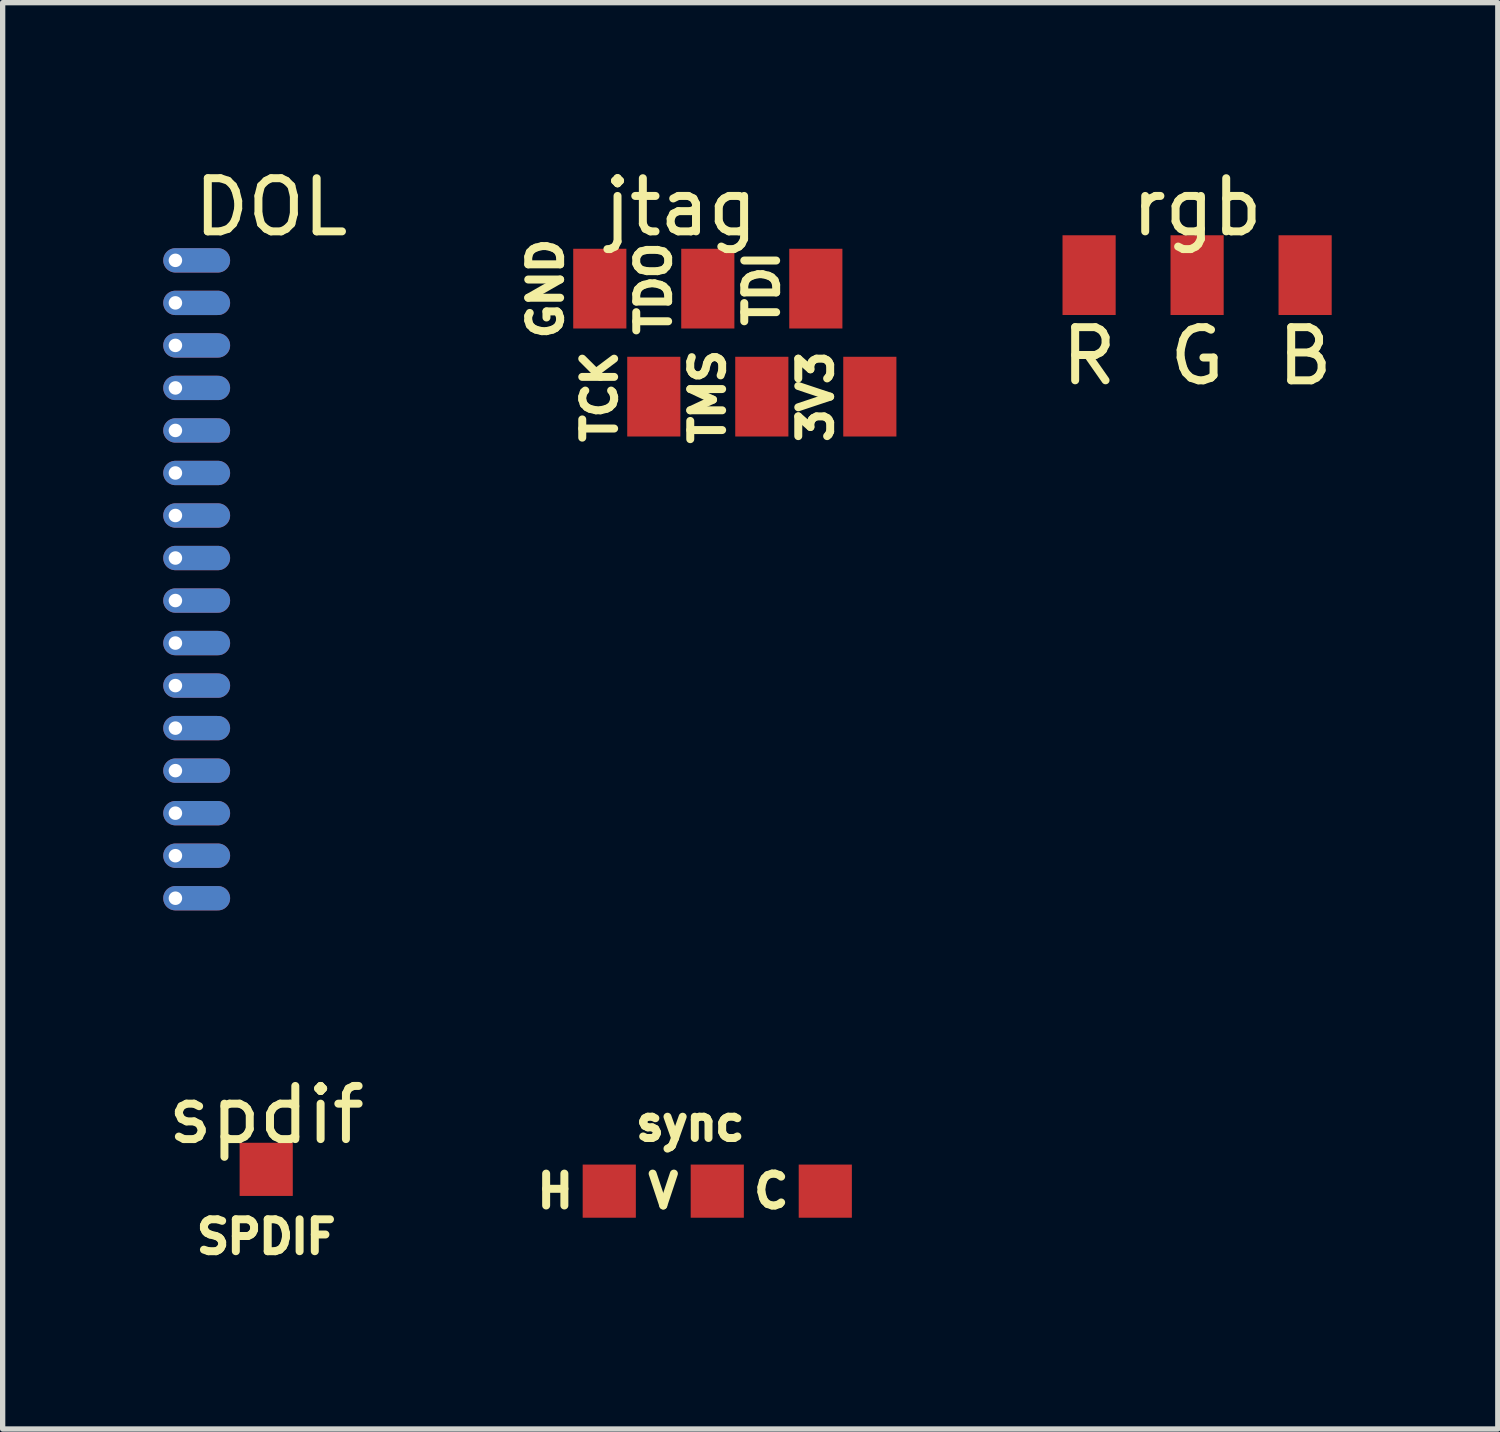
<source format=kicad_pcb>
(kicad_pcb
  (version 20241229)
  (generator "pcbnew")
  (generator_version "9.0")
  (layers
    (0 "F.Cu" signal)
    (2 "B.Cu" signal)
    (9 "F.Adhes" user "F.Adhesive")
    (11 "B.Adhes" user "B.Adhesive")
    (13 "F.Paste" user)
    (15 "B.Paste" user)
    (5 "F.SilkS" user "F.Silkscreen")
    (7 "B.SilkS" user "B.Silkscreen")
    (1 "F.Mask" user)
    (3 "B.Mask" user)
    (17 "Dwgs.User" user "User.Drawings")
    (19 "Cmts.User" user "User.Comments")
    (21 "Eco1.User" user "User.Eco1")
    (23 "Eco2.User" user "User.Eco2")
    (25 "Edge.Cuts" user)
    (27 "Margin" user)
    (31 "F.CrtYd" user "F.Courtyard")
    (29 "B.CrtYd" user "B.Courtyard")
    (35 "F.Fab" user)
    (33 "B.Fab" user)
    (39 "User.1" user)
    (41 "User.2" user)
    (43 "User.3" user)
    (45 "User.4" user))
  (footprint "jtag"
    (layer "F.Cu")
    (at 9.758 0.348)
    (property "Reference" "jtag" (at 0 0.5 0) (layer "F.SilkS") (effects (font (size 1 1) (thickness 0.15))))
    (attr through_hole)
    (fp_text user "TDI" (at 1.524 2.032 90) (layer "F.SilkS") (effects (font (size 0.6 0.6) (thickness 0.15))))
    (fp_text user "3V3" (at 2.54 4.064 90) (layer "F.SilkS") (effects (font (size 0.6 0.6) (thickness 0.15))))
    (fp_text user "TCK" (at -1.524 4.064 90) (layer "F.SilkS") (effects (font (size 0.6 0.6) (thickness 0.15))))
    (fp_text user "TDO" (at -0.508 2.032 90) (layer "F.SilkS") (effects (font (size 0.6 0.6) (thickness 0.15))))
    (fp_text user "TMS" (at 0.508 4.064 90) (layer "F.SilkS") (effects (font (size 0.6 0.6) (thickness 0.15))))
    (fp_text user "GND" (at -2.54 2.032 90) (layer "F.SilkS") (effects (font (size 0.6 0.6) (thickness 0.15))))
    (pad "1" smd rect (at -1.524 2.032) (size 1 1.5) (layers "F.Cu" "F.Mask" "F.Paste"))
    (pad "2" smd rect (at 0.508 2.032) (size 1 1.5) (layers "F.Cu" "F.Mask" "F.Paste"))
    (pad "3" smd rect (at 2.54 2.032) (size 1 1.5) (layers "F.Cu" "F.Mask" "F.Paste"))
    (pad "4" smd rect (at -0.508 4.064) (size 1 1.5) (layers "F.Cu" "F.Mask" "F.Paste"))
    (pad "5" smd rect (at 1.524 4.064) (size 1 1.5) (layers "F.Cu" "F.Mask" "F.Paste"))
    (pad "6" smd rect (at 3.556 4.064) (size 1 1.5) (layers "F.Cu" "F.Mask" "F.Paste")))
  (footprint "rgb"
    (layer "F.Cu")
    (at 19.471 0.348)
    (property "Reference" "rgb" (at 0 0.5 0) (layer "F.SilkS") (effects (font (size 1 1) (thickness 0.15))))
    (attr through_hole)
    (fp_text user "B" (at 2.032 3.302 0) (layer "F.SilkS") (effects (font (size 1 1) (thickness 0.15))))
    (fp_text user "G" (at 0 3.302 0) (layer "F.SilkS") (effects (font (size 1 1) (thickness 0.15))))
    (fp_text user "R" (at -2.032 3.302 0) (layer "F.SilkS") (effects (font (size 1 1) (thickness 0.15))))
    (pad "1" smd rect (at -2.032 1.778) (size 1 1.5) (layers "F.Cu" "F.Mask" "F.Paste"))
    (pad "2" smd rect (at 0 1.778) (size 1 1.5) (layers "F.Cu" "F.Mask" "F.Paste"))
    (pad "3" smd rect (at 2.032 1.778) (size 1 1.5) (layers "F.Cu" "F.Mask" "F.Paste")))
  (footprint "sync"
    (layer "F.Cu")
    (at 9.936 17.327)
    (property "Reference" "sync" (at 0 0.762 0) (layer "F.SilkS") (effects (font (size 0.6 0.6) (thickness 0.15))))
    (attr through_hole)
    (fp_text user "V" (at -0.508 2.032 0) (layer "F.SilkS") (effects (font (size 0.6 0.6) (thickness 0.15))))
    (fp_text user "H" (at -2.54 2.032 0) (layer "F.SilkS") (effects (font (size 0.6 0.6) (thickness 0.15))))
    (fp_text user "C" (at 1.524 2.032 0) (layer "F.SilkS") (effects (font (size 0.6 0.6) (thickness 0.15))))
    (pad "1" smd rect (at -1.524 2.032) (size 1 1) (layers "F.Cu" "F.Mask" "F.Paste"))
    (pad "2" smd rect (at 0.508 2.032) (size 1 1) (layers "F.Cu" "F.Mask" "F.Paste"))
    (pad "3" smd rect (at 2.54 2.032) (size 1 1) (layers "F.Cu" "F.Mask" "F.Paste")))
  (footprint "DOL"
    (layer "F.Cu")
    (at 0.25 1.048)
    (property "Reference" "DOL" (at 1.8 -0.2 0) (layer "F.SilkS") (effects (font (size 1 1) (thickness 0.15))))
    (attr through_hole)
    (pad "1" thru_hole oval (at 0 12.8) (size 1.258 0.458) (drill 0.254 (offset 0.4 0)) (layers "*.Cu" "*.Mask"))
    (pad "2" thru_hole oval (at 0 12) (size 1.258 0.458) (drill 0.254 (offset 0.4 0)) (layers "*.Cu" "*.Mask"))
    (pad "3" thru_hole oval (at 0 11.2) (size 1.258 0.458) (drill 0.254 (offset 0.4 0)) (layers "*.Cu" "*.Mask"))
    (pad "4" thru_hole oval (at 0 10.4) (size 1.258 0.458) (drill 0.254 (offset 0.4 0)) (layers "*.Cu" "*.Mask"))
    (pad "5" thru_hole oval (at 0 9.6) (size 1.258 0.458) (drill 0.254 (offset 0.4 0)) (layers "*.Cu" "*.Mask"))
    (pad "6" thru_hole oval (at 0 8.8) (size 1.258 0.458) (drill 0.254 (offset 0.4 0)) (layers "*.Cu" "*.Mask"))
    (pad "7" thru_hole oval (at 0 8) (size 1.258 0.458) (drill 0.254 (offset 0.4 0)) (layers "*.Cu" "*.Mask"))
    (pad "8" thru_hole oval (at 0 7.2) (size 1.258 0.458) (drill 0.254 (offset 0.4 0)) (layers "*.Cu" "*.Mask"))
    (pad "9" thru_hole oval (at 0 6.4) (size 1.258 0.458) (drill 0.254 (offset 0.4 0)) (layers "*.Cu" "*.Mask"))
    (pad "10" thru_hole oval (at 0 5.6) (size 1.258 0.458) (drill 0.254 (offset 0.4 0)) (layers "*.Cu" "*.Mask"))
    (pad "11" thru_hole oval (at 0 4.8) (size 1.258 0.458) (drill 0.254 (offset 0.4 0)) (layers "*.Cu" "*.Mask"))
    (pad "12" thru_hole oval (at 0 4) (size 1.258 0.458) (drill 0.254 (offset 0.4 0)) (layers "*.Cu" "*.Mask"))
    (pad "13" thru_hole oval (at 0 3.2) (size 1.258 0.458) (drill 0.254 (offset 0.4 0)) (layers "*.Cu" "*.Mask"))
    (pad "14" thru_hole oval (at 0 2.4) (size 1.258 0.458) (drill 0.254 (offset 0.4 0)) (layers "*.Cu" "*.Mask"))
    (pad "15" thru_hole oval (at 0 1.6) (size 1.258 0.458) (drill 0.254 (offset 0.4 0)) (layers "*.Cu" "*.Mask"))
    (pad "16" thru_hole oval (at 0 0.8) (size 1.258 0.458) (drill 0.254 (offset 0.4 0)) (layers "*.Cu" "*.Mask")))
  (footprint "spdif"
    (layer "F.Cu")
    (at 1.958 17.425)
    (property "Reference" "spdif" (at 0 0.5 0) (layer "F.SilkS") (effects (font (size 1 1) (thickness 0.15))))
    (attr through_hole)
    (fp_text user "SPDIF" (at 0 2.794 0) (layer "F.SilkS") (effects (font (size 0.6 0.6) (thickness 0.15))))
    (pad "1" smd rect (at 0 1.524) (size 1 1) (layers "F.Cu" "F.Mask" "F.Paste")))
  (gr_rect
    (start -3 -3)
    (end 25.128 23.834)
    (stroke (width 0.1) (type default))
    (fill no)
    (layer "Edge.Cuts")))
</source>
